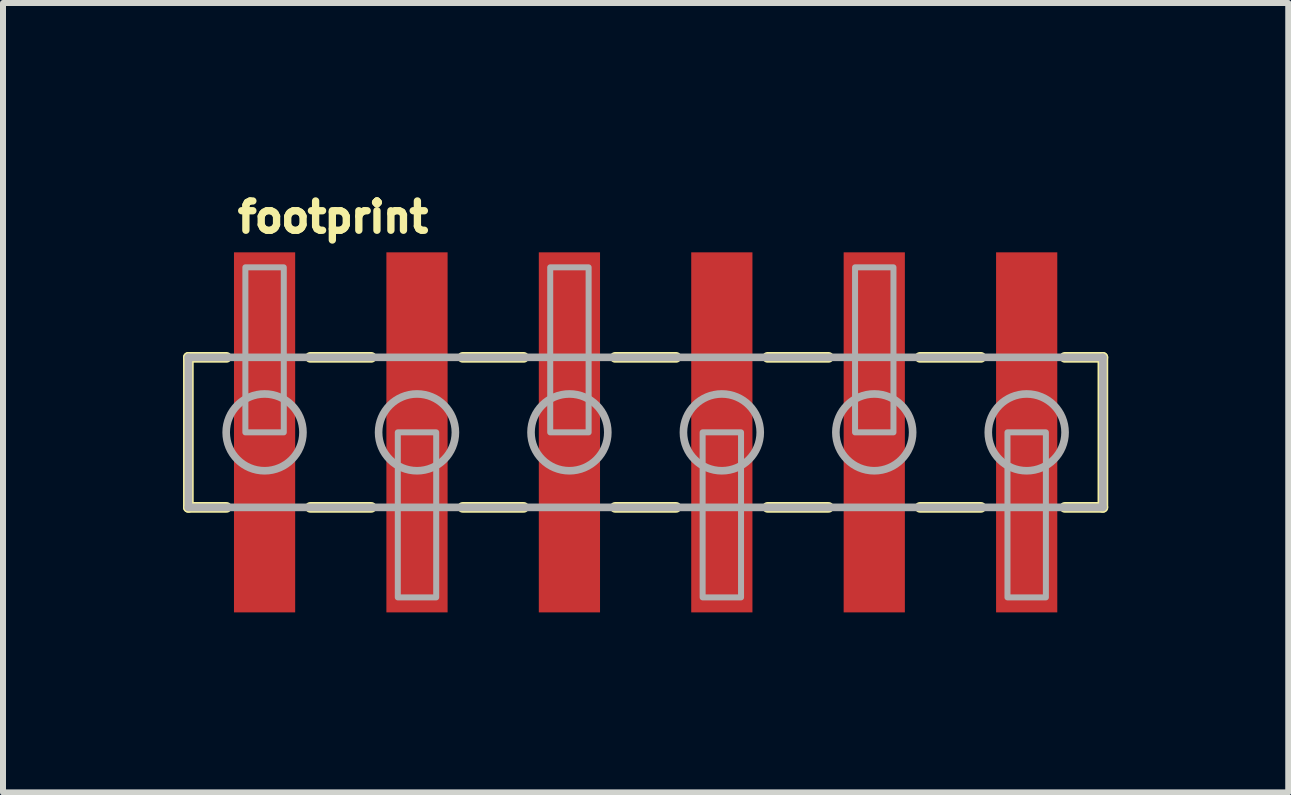
<source format=kicad_pcb>
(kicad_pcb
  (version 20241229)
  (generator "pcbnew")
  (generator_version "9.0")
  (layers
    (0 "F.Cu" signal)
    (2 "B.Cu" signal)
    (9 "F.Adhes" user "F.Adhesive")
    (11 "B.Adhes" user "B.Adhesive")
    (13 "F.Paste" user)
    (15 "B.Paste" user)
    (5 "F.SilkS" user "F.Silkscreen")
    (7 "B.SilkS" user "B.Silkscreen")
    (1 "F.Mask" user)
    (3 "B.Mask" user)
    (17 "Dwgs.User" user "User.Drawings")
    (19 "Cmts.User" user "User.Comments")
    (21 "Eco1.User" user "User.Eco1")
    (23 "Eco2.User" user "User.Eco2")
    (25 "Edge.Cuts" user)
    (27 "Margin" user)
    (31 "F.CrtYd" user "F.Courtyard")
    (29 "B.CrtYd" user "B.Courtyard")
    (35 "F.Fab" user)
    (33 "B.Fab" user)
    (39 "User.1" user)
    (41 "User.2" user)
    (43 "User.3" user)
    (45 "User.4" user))
  (footprint "footprint"
    (layer "F.Cu")
    (at 1.359 4.155)
    (property "Reference" "footprint" (at -0.508 -3.302 0) (layer "F.SilkS") (effects (font (size 0.488 0.488) (thickness 0.122)) (justify left bottom)))
    (fp_line (start -1.27 -1.25) (end -1.27 1.25) (stroke (width 0.178) (type solid)) (layer "F.SilkS"))
    (fp_line (start -1.27 -1.25) (end -0.635 -1.25) (stroke (width 0.178) (type solid)) (layer "F.SilkS"))
    (fp_line (start -1.27 1.25) (end -0.635 1.25) (stroke (width 0.178) (type solid)) (layer "F.SilkS"))
    (fp_line (start 0.762 -1.25) (end 1.778 -1.25) (stroke (width 0.178) (type solid)) (layer "F.SilkS"))
    (fp_line (start 1.778 1.25) (end 0.762 1.25) (stroke (width 0.178) (type solid)) (layer "F.SilkS"))
    (fp_line (start 3.302 -1.25) (end 4.318 -1.25) (stroke (width 0.178) (type solid)) (layer "F.SilkS"))
    (fp_line (start 4.318 1.25) (end 3.302 1.25) (stroke (width 0.178) (type solid)) (layer "F.SilkS"))
    (fp_line (start 5.842 -1.25) (end 6.858 -1.25) (stroke (width 0.178) (type solid)) (layer "F.SilkS"))
    (fp_line (start 6.858 1.25) (end 5.842 1.25) (stroke (width 0.178) (type solid)) (layer "F.SilkS"))
    (fp_line (start 8.382 -1.25) (end 9.398 -1.25) (stroke (width 0.178) (type solid)) (layer "F.SilkS"))
    (fp_line (start 9.398 1.25) (end 8.382 1.25) (stroke (width 0.178) (type solid)) (layer "F.SilkS"))
    (fp_line (start 10.922 -1.25) (end 11.938 -1.25) (stroke (width 0.178) (type solid)) (layer "F.SilkS"))
    (fp_line (start 11.938 1.25) (end 10.922 1.25) (stroke (width 0.178) (type solid)) (layer "F.SilkS"))
    (fp_line (start 13.97 -1.25) (end 13.335 -1.25) (stroke (width 0.178) (type solid)) (layer "F.SilkS"))
    (fp_line (start 13.97 1.25) (end 13.335 1.25) (stroke (width 0.178) (type solid)) (layer "F.SilkS"))
    (fp_line (start 13.97 1.25) (end 13.97 -1.25) (stroke (width 0.178) (type solid)) (layer "F.SilkS"))
    (fp_line (start -1.27 -1.25) (end -1.27 1.25) (stroke (width 0.127) (type solid)) (layer "F.Fab"))
    (fp_line (start -1.27 1.25) (end 13.97 1.25) (stroke (width 0.127) (type solid)) (layer "F.Fab"))
    (fp_line (start 13.97 -1.25) (end -1.27 -1.25) (stroke (width 0.127) (type solid)) (layer "F.Fab"))
    (fp_line (start 13.97 1.25) (end 13.97 -1.25) (stroke (width 0.127) (type solid)) (layer "F.Fab"))
    (fp_circle (center 0 0) (end 0.64 0) (stroke (width 0.127) (type solid)) (fill no) (layer "F.Fab"))
    (fp_circle (center 2.54 0) (end 3.18 0) (stroke (width 0.127) (type solid)) (fill no) (layer "F.Fab"))
    (fp_circle (center 5.08 0) (end 5.72 0) (stroke (width 0.127) (type solid)) (fill no) (layer "F.Fab"))
    (fp_circle (center 7.62 0) (end 8.26 0) (stroke (width 0.127) (type solid)) (fill no) (layer "F.Fab"))
    (fp_circle (center 10.16 0) (end 10.8 0) (stroke (width 0.127) (type solid)) (fill no) (layer "F.Fab"))
    (fp_circle (center 12.7 0) (end 13.34 0) (stroke (width 0.127) (type solid)) (fill no) (layer "F.Fab"))
    (fp_poly (pts (xy -0.32 0) (xy 0.32 0) (xy 0.32 -2.75) (xy -0.32 -2.75)) (stroke (width 0.1) (type solid)) (fill no) (layer "F.Fab"))
    (fp_poly (pts (xy 2.86 0) (xy 2.22 0) (xy 2.22 2.75) (xy 2.86 2.75)) (stroke (width 0.1) (type solid)) (fill no) (layer "F.Fab"))
    (fp_poly (pts (xy 4.76 0) (xy 5.4 0) (xy 5.4 -2.75) (xy 4.76 -2.75)) (stroke (width 0.1) (type solid)) (fill no) (layer "F.Fab"))
    (fp_poly (pts (xy 7.94 0) (xy 7.3 0) (xy 7.3 2.75) (xy 7.94 2.75)) (stroke (width 0.1) (type solid)) (fill no) (layer "F.Fab"))
    (fp_poly (pts (xy 9.84 0) (xy 10.48 0) (xy 10.48 -2.75) (xy 9.84 -2.75)) (stroke (width 0.1) (type solid)) (fill no) (layer "F.Fab"))
    (fp_poly (pts (xy 13.02 0) (xy 12.38 0) (xy 12.38 2.75) (xy 13.02 2.75)) (stroke (width 0.1) (type solid)) (fill no) (layer "F.Fab"))
    (pad "1" smd rect (at 0 0) (size 1.02 6) (layers "F.Cu" "F.Mask" "F.Paste"))
    (pad "2" smd rect (at 2.54 0) (size 1.02 6) (layers "F.Cu" "F.Mask" "F.Paste"))
    (pad "3" smd rect (at 5.08 0) (size 1.02 6) (layers "F.Cu" "F.Mask" "F.Paste"))
    (pad "4" smd rect (at 7.62 0) (size 1.02 6) (layers "F.Cu" "F.Mask" "F.Paste"))
    (pad "5" smd rect (at 10.16 0) (size 1.02 6) (layers "F.Cu" "F.Mask" "F.Paste"))
    (pad "6" smd rect (at 12.7 0) (size 1.02 6) (layers "F.Cu" "F.Mask" "F.Paste")))
  (gr_rect
    (start -3 -3)
    (end 18.418 10.155)
    (stroke (width 0.1) (type default))
    (fill no)
    (layer "Edge.Cuts")))
</source>
